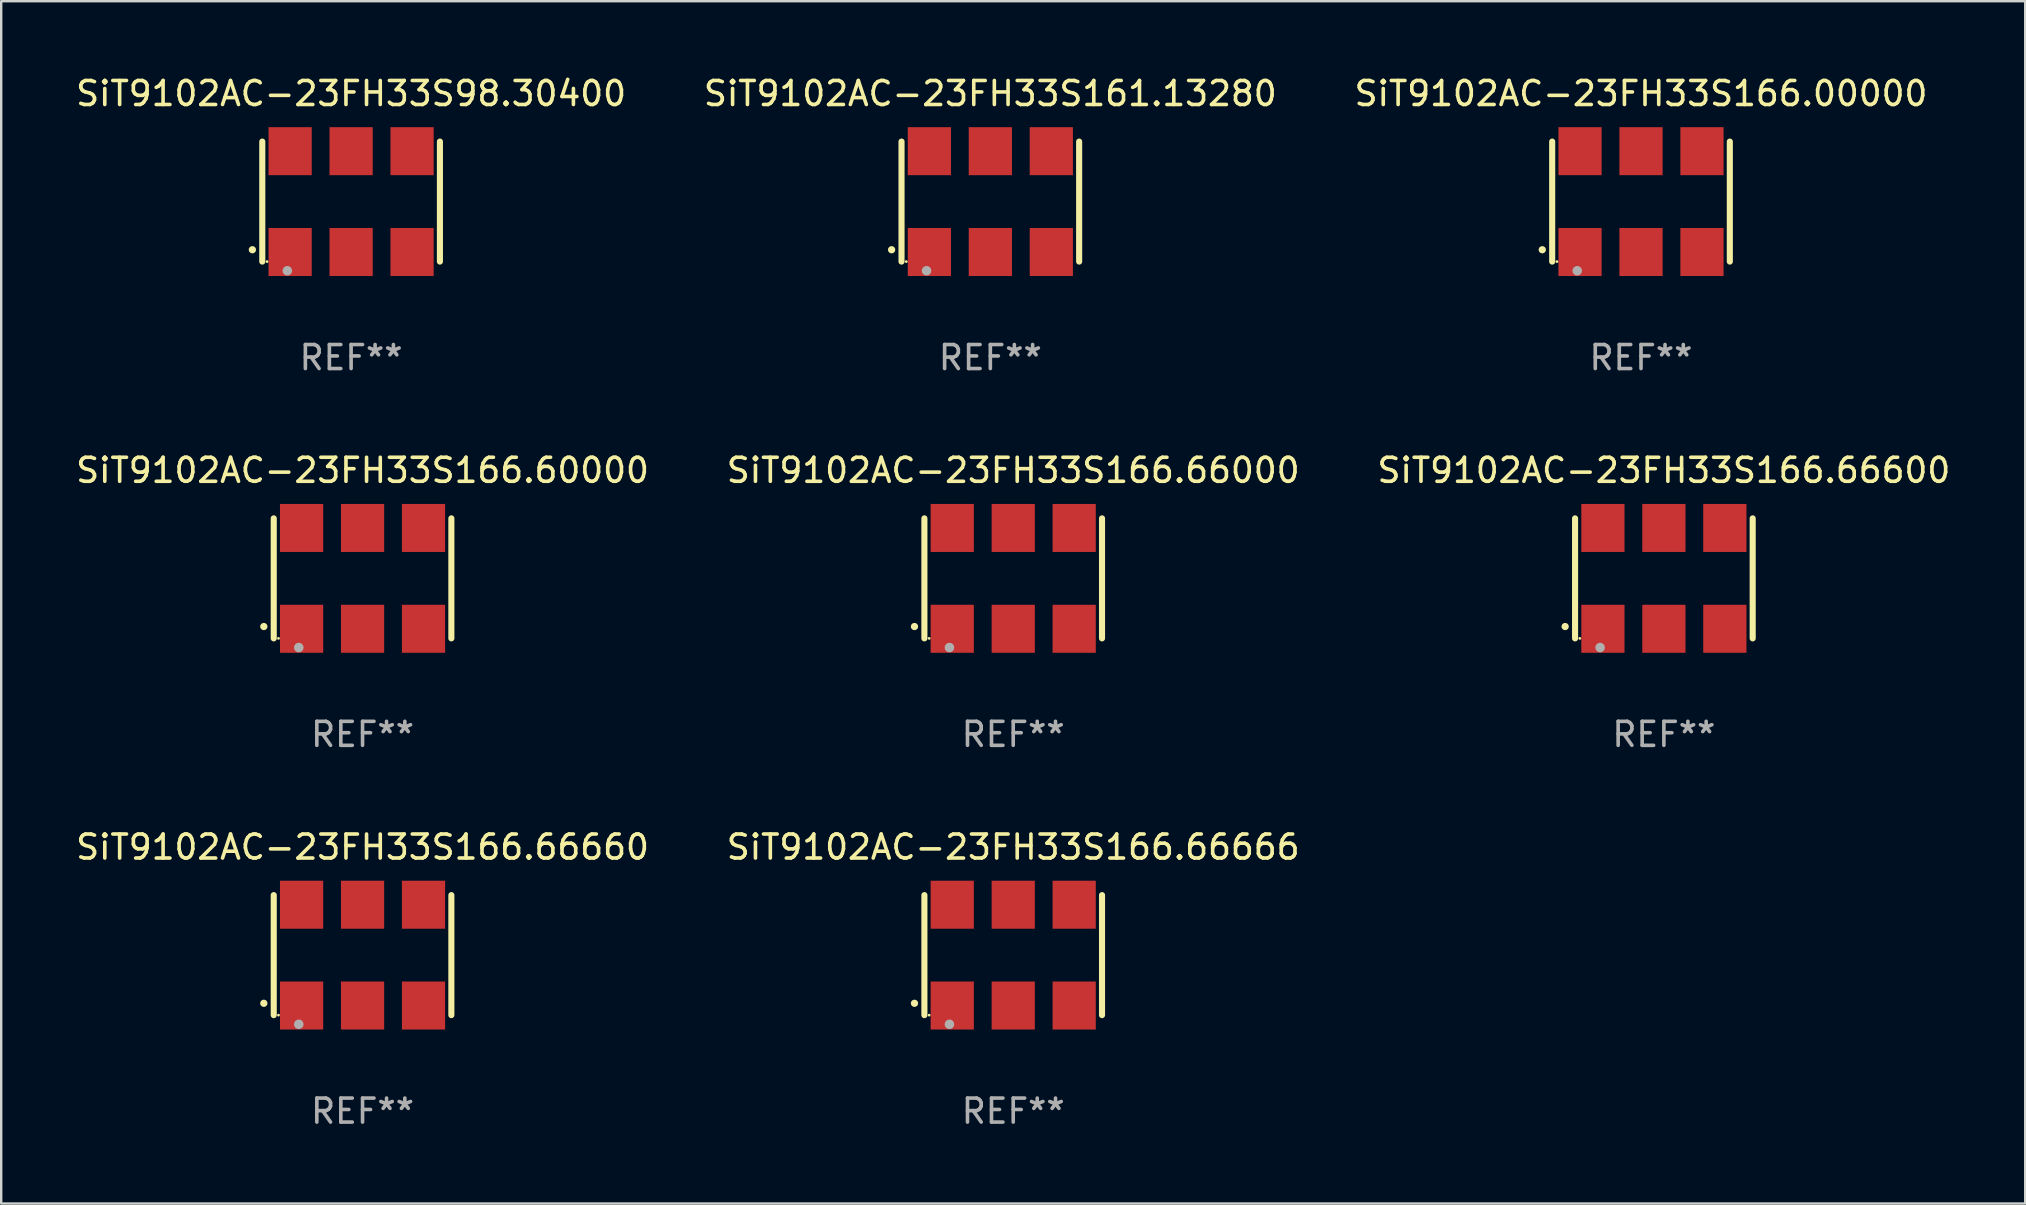
<source format=kicad_pcb>
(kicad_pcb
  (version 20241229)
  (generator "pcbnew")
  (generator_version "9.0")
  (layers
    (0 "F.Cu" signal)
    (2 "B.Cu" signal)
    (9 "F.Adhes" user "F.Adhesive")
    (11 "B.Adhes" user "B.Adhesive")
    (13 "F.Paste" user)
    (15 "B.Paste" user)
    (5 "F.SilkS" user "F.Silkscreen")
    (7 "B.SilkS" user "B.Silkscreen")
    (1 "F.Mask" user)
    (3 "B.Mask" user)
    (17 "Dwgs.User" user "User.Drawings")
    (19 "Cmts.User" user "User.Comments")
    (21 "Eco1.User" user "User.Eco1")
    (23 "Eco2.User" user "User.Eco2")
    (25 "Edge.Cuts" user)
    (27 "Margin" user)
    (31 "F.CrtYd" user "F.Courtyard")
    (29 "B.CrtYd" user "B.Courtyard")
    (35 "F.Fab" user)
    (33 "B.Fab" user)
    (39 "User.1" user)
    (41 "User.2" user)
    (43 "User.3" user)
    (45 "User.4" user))
  (footprint "SiT9102AC-23FH33S166.00000"
    (layer "F.Cu")
    (at 65.315 5.348)
    (property "Reference" "SiT9102AC-23FH33S166.00000" (at 0 -4.5 0) (layer "F.SilkS") (effects (font (size 1 1) (thickness 0.15))))
    (attr through_hole)
    (fp_line (start -3.7 -2.5) (end -3.7 2.5) (stroke (width 0.254) (type solid)) (layer "F.SilkS"))
    (fp_line (start 3.7 -2.5) (end 3.7 2.5) (stroke (width 0.254) (type solid)) (layer "F.SilkS"))
    (fp_arc (start -4.114415 2.006604) (mid -4.113145 2.006599) (end -4.111875 2.006604) (stroke (width 0.3) (type solid)) (layer "F.SilkS"))
    (fp_circle (center -3.502 2.5) (end -3.472 2.5) (stroke (width 0.06) (type solid)) (fill no) (layer "F.SilkS"))
    (fp_circle (center -2.657 2.882) (end -2.557 2.882) (stroke (width 0.2) (type solid)) (fill no) (layer "F.Fab"))
    (fp_text user "REF**" (at 0 6.5 0) (layer "F.Fab") (effects (font (size 1 1) (thickness 0.15))))
    (pad "1" smd rect (at -2.54 2.1) (size 1.8 2) (layers "F.Cu" "F.Mask" "F.Paste"))
    (pad "2" smd rect (at 0.000394 2.1) (size 1.8 2) (layers "F.Cu" "F.Mask" "F.Paste"))
    (pad "3" smd rect (at 2.54 2.1) (size 1.8 2) (layers "F.Cu" "F.Mask" "F.Paste"))
    (pad "4" smd rect (at 2.54 -2.1) (size 1.8 2) (layers "F.Cu" "F.Mask" "F.Paste"))
    (pad "5" smd rect (at 0.000394 -2.1) (size 1.8 2) (layers "F.Cu" "F.Mask" "F.Paste"))
    (pad "6" smd rect (at -2.54 -2.1) (size 1.8 2) (layers "F.Cu" "F.Mask" "F.Paste")))
  (footprint "SiT9102AC-23FH33S166.66600"
    (layer "F.Cu")
    (at 66.268 21.045)
    (property "Reference" "SiT9102AC-23FH33S166.66600" (at 0 -4.5 0) (layer "F.SilkS") (effects (font (size 1 1) (thickness 0.15))))
    (attr through_hole)
    (fp_line (start -3.7 -2.5) (end -3.7 2.5) (stroke (width 0.254) (type solid)) (layer "F.SilkS"))
    (fp_line (start 3.7 -2.5) (end 3.7 2.5) (stroke (width 0.254) (type solid)) (layer "F.SilkS"))
    (fp_arc (start -4.114415 2.006604) (mid -4.113145 2.006599) (end -4.111875 2.006604) (stroke (width 0.3) (type solid)) (layer "F.SilkS"))
    (fp_circle (center -3.502 2.5) (end -3.472 2.5) (stroke (width 0.06) (type solid)) (fill no) (layer "F.SilkS"))
    (fp_circle (center -2.657 2.882) (end -2.557 2.882) (stroke (width 0.2) (type solid)) (fill no) (layer "F.Fab"))
    (fp_text user "REF**" (at 0 6.5 0) (layer "F.Fab") (effects (font (size 1 1) (thickness 0.15))))
    (pad "1" smd rect (at -2.54 2.1) (size 1.8 2) (layers "F.Cu" "F.Mask" "F.Paste"))
    (pad "2" smd rect (at 0.000394 2.1) (size 1.8 2) (layers "F.Cu" "F.Mask" "F.Paste"))
    (pad "3" smd rect (at 2.54 2.1) (size 1.8 2) (layers "F.Cu" "F.Mask" "F.Paste"))
    (pad "4" smd rect (at 2.54 -2.1) (size 1.8 2) (layers "F.Cu" "F.Mask" "F.Paste"))
    (pad "5" smd rect (at 0.000394 -2.1) (size 1.8 2) (layers "F.Cu" "F.Mask" "F.Paste"))
    (pad "6" smd rect (at -2.54 -2.1) (size 1.8 2) (layers "F.Cu" "F.Mask" "F.Paste")))
  (footprint "SiT9102AC-23FH33S166.66660"
    (layer "F.Cu")
    (at 12.054 36.741)
    (property "Reference" "SiT9102AC-23FH33S166.66660" (at 0 -4.5 0) (layer "F.SilkS") (effects (font (size 1 1) (thickness 0.15))))
    (attr through_hole)
    (fp_line (start -3.7 -2.5) (end -3.7 2.5) (stroke (width 0.254) (type solid)) (layer "F.SilkS"))
    (fp_line (start 3.7 -2.5) (end 3.7 2.5) (stroke (width 0.254) (type solid)) (layer "F.SilkS"))
    (fp_arc (start -4.114415 2.006604) (mid -4.113145 2.006599) (end -4.111875 2.006604) (stroke (width 0.3) (type solid)) (layer "F.SilkS"))
    (fp_circle (center -3.502 2.5) (end -3.472 2.5) (stroke (width 0.06) (type solid)) (fill no) (layer "F.SilkS"))
    (fp_circle (center -2.657 2.882) (end -2.557 2.882) (stroke (width 0.2) (type solid)) (fill no) (layer "F.Fab"))
    (fp_text user "REF**" (at 0 6.5 0) (layer "F.Fab") (effects (font (size 1 1) (thickness 0.15))))
    (pad "1" smd rect (at -2.54 2.1) (size 1.8 2) (layers "F.Cu" "F.Mask" "F.Paste"))
    (pad "2" smd rect (at 0.000394 2.1) (size 1.8 2) (layers "F.Cu" "F.Mask" "F.Paste"))
    (pad "3" smd rect (at 2.54 2.1) (size 1.8 2) (layers "F.Cu" "F.Mask" "F.Paste"))
    (pad "4" smd rect (at 2.54 -2.1) (size 1.8 2) (layers "F.Cu" "F.Mask" "F.Paste"))
    (pad "5" smd rect (at 0.000394 -2.1) (size 1.8 2) (layers "F.Cu" "F.Mask" "F.Paste"))
    (pad "6" smd rect (at -2.54 -2.1) (size 1.8 2) (layers "F.Cu" "F.Mask" "F.Paste")))
  (footprint "SiT9102AC-23FH33S98.30400"
    (layer "F.Cu")
    (at 11.577 5.348)
    (property "Reference" "SiT9102AC-23FH33S98.30400" (at 0 -4.5 0) (layer "F.SilkS") (effects (font (size 1 1) (thickness 0.15))))
    (attr through_hole)
    (fp_line (start -3.7 -2.5) (end -3.7 2.5) (stroke (width 0.254) (type solid)) (layer "F.SilkS"))
    (fp_line (start 3.7 -2.5) (end 3.7 2.5) (stroke (width 0.254) (type solid)) (layer "F.SilkS"))
    (fp_arc (start -4.114415 2.006604) (mid -4.113145 2.006599) (end -4.111875 2.006604) (stroke (width 0.3) (type solid)) (layer "F.SilkS"))
    (fp_circle (center -3.502 2.5) (end -3.472 2.5) (stroke (width 0.06) (type solid)) (fill no) (layer "F.SilkS"))
    (fp_circle (center -2.657 2.882) (end -2.557 2.882) (stroke (width 0.2) (type solid)) (fill no) (layer "F.Fab"))
    (fp_text user "REF**" (at 0 6.5 0) (layer "F.Fab") (effects (font (size 1 1) (thickness 0.15))))
    (pad "1" smd rect (at -2.54 2.1) (size 1.8 2) (layers "F.Cu" "F.Mask" "F.Paste"))
    (pad "2" smd rect (at 0.000394 2.1) (size 1.8 2) (layers "F.Cu" "F.Mask" "F.Paste"))
    (pad "3" smd rect (at 2.54 2.1) (size 1.8 2) (layers "F.Cu" "F.Mask" "F.Paste"))
    (pad "4" smd rect (at 2.54 -2.1) (size 1.8 2) (layers "F.Cu" "F.Mask" "F.Paste"))
    (pad "5" smd rect (at 0.000394 -2.1) (size 1.8 2) (layers "F.Cu" "F.Mask" "F.Paste"))
    (pad "6" smd rect (at -2.54 -2.1) (size 1.8 2) (layers "F.Cu" "F.Mask" "F.Paste")))
  (footprint "SiT9102AC-23FH33S166.66000"
    (layer "F.Cu")
    (at 39.161 21.045)
    (property "Reference" "SiT9102AC-23FH33S166.66000" (at 0 -4.5 0) (layer "F.SilkS") (effects (font (size 1 1) (thickness 0.15))))
    (attr through_hole)
    (fp_line (start -3.7 -2.5) (end -3.7 2.5) (stroke (width 0.254) (type solid)) (layer "F.SilkS"))
    (fp_line (start 3.7 -2.5) (end 3.7 2.5) (stroke (width 0.254) (type solid)) (layer "F.SilkS"))
    (fp_arc (start -4.114415 2.006604) (mid -4.113145 2.006599) (end -4.111875 2.006604) (stroke (width 0.3) (type solid)) (layer "F.SilkS"))
    (fp_circle (center -3.502 2.5) (end -3.472 2.5) (stroke (width 0.06) (type solid)) (fill no) (layer "F.SilkS"))
    (fp_circle (center -2.657 2.882) (end -2.557 2.882) (stroke (width 0.2) (type solid)) (fill no) (layer "F.Fab"))
    (fp_text user "REF**" (at 0 6.5 0) (layer "F.Fab") (effects (font (size 1 1) (thickness 0.15))))
    (pad "1" smd rect (at -2.54 2.1) (size 1.8 2) (layers "F.Cu" "F.Mask" "F.Paste"))
    (pad "2" smd rect (at 0.000394 2.1) (size 1.8 2) (layers "F.Cu" "F.Mask" "F.Paste"))
    (pad "3" smd rect (at 2.54 2.1) (size 1.8 2) (layers "F.Cu" "F.Mask" "F.Paste"))
    (pad "4" smd rect (at 2.54 -2.1) (size 1.8 2) (layers "F.Cu" "F.Mask" "F.Paste"))
    (pad "5" smd rect (at 0.000394 -2.1) (size 1.8 2) (layers "F.Cu" "F.Mask" "F.Paste"))
    (pad "6" smd rect (at -2.54 -2.1) (size 1.8 2) (layers "F.Cu" "F.Mask" "F.Paste")))
  (footprint "SiT9102AC-23FH33S166.66666"
    (layer "F.Cu")
    (at 39.161 36.741)
    (property "Reference" "SiT9102AC-23FH33S166.66666" (at 0 -4.5 0) (layer "F.SilkS") (effects (font (size 1 1) (thickness 0.15))))
    (attr through_hole)
    (fp_line (start -3.7 -2.5) (end -3.7 2.5) (stroke (width 0.254) (type solid)) (layer "F.SilkS"))
    (fp_line (start 3.7 -2.5) (end 3.7 2.5) (stroke (width 0.254) (type solid)) (layer "F.SilkS"))
    (fp_arc (start -4.114415 2.006604) (mid -4.113145 2.006599) (end -4.111875 2.006604) (stroke (width 0.3) (type solid)) (layer "F.SilkS"))
    (fp_circle (center -3.502 2.5) (end -3.472 2.5) (stroke (width 0.06) (type solid)) (fill no) (layer "F.SilkS"))
    (fp_circle (center -2.657 2.882) (end -2.557 2.882) (stroke (width 0.2) (type solid)) (fill no) (layer "F.Fab"))
    (fp_text user "REF**" (at 0 6.5 0) (layer "F.Fab") (effects (font (size 1 1) (thickness 0.15))))
    (pad "1" smd rect (at -2.54 2.1) (size 1.8 2) (layers "F.Cu" "F.Mask" "F.Paste"))
    (pad "2" smd rect (at 0.000394 2.1) (size 1.8 2) (layers "F.Cu" "F.Mask" "F.Paste"))
    (pad "3" smd rect (at 2.54 2.1) (size 1.8 2) (layers "F.Cu" "F.Mask" "F.Paste"))
    (pad "4" smd rect (at 2.54 -2.1) (size 1.8 2) (layers "F.Cu" "F.Mask" "F.Paste"))
    (pad "5" smd rect (at 0.000394 -2.1) (size 1.8 2) (layers "F.Cu" "F.Mask" "F.Paste"))
    (pad "6" smd rect (at -2.54 -2.1) (size 1.8 2) (layers "F.Cu" "F.Mask" "F.Paste")))
  (footprint "SiT9102AC-23FH33S166.60000"
    (layer "F.Cu")
    (at 12.054 21.045)
    (property "Reference" "SiT9102AC-23FH33S166.60000" (at 0 -4.5 0) (layer "F.SilkS") (effects (font (size 1 1) (thickness 0.15))))
    (attr through_hole)
    (fp_line (start -3.7 -2.5) (end -3.7 2.5) (stroke (width 0.254) (type solid)) (layer "F.SilkS"))
    (fp_line (start 3.7 -2.5) (end 3.7 2.5) (stroke (width 0.254) (type solid)) (layer "F.SilkS"))
    (fp_arc (start -4.114415 2.006604) (mid -4.113145 2.006599) (end -4.111875 2.006604) (stroke (width 0.3) (type solid)) (layer "F.SilkS"))
    (fp_circle (center -3.502 2.5) (end -3.472 2.5) (stroke (width 0.06) (type solid)) (fill no) (layer "F.SilkS"))
    (fp_circle (center -2.657 2.882) (end -2.557 2.882) (stroke (width 0.2) (type solid)) (fill no) (layer "F.Fab"))
    (fp_text user "REF**" (at 0 6.5 0) (layer "F.Fab") (effects (font (size 1 1) (thickness 0.15))))
    (pad "1" smd rect (at -2.54 2.1) (size 1.8 2) (layers "F.Cu" "F.Mask" "F.Paste"))
    (pad "2" smd rect (at 0.000394 2.1) (size 1.8 2) (layers "F.Cu" "F.Mask" "F.Paste"))
    (pad "3" smd rect (at 2.54 2.1) (size 1.8 2) (layers "F.Cu" "F.Mask" "F.Paste"))
    (pad "4" smd rect (at 2.54 -2.1) (size 1.8 2) (layers "F.Cu" "F.Mask" "F.Paste"))
    (pad "5" smd rect (at 0.000394 -2.1) (size 1.8 2) (layers "F.Cu" "F.Mask" "F.Paste"))
    (pad "6" smd rect (at -2.54 -2.1) (size 1.8 2) (layers "F.Cu" "F.Mask" "F.Paste")))
  (footprint "SiT9102AC-23FH33S161.13280"
    (layer "F.Cu")
    (at 38.208 5.348)
    (property "Reference" "SiT9102AC-23FH33S161.13280" (at 0 -4.5 0) (layer "F.SilkS") (effects (font (size 1 1) (thickness 0.15))))
    (attr through_hole)
    (fp_line (start -3.7 -2.5) (end -3.7 2.5) (stroke (width 0.254) (type solid)) (layer "F.SilkS"))
    (fp_line (start 3.7 -2.5) (end 3.7 2.5) (stroke (width 0.254) (type solid)) (layer "F.SilkS"))
    (fp_arc (start -4.114415 2.006604) (mid -4.113145 2.006599) (end -4.111875 2.006604) (stroke (width 0.3) (type solid)) (layer "F.SilkS"))
    (fp_circle (center -3.502 2.5) (end -3.472 2.5) (stroke (width 0.06) (type solid)) (fill no) (layer "F.SilkS"))
    (fp_circle (center -2.657 2.882) (end -2.557 2.882) (stroke (width 0.2) (type solid)) (fill no) (layer "F.Fab"))
    (fp_text user "REF**" (at 0 6.5 0) (layer "F.Fab") (effects (font (size 1 1) (thickness 0.15))))
    (pad "1" smd rect (at -2.54 2.1) (size 1.8 2) (layers "F.Cu" "F.Mask" "F.Paste"))
    (pad "2" smd rect (at 0.000394 2.1) (size 1.8 2) (layers "F.Cu" "F.Mask" "F.Paste"))
    (pad "3" smd rect (at 2.54 2.1) (size 1.8 2) (layers "F.Cu" "F.Mask" "F.Paste"))
    (pad "4" smd rect (at 2.54 -2.1) (size 1.8 2) (layers "F.Cu" "F.Mask" "F.Paste"))
    (pad "5" smd rect (at 0.000394 -2.1) (size 1.8 2) (layers "F.Cu" "F.Mask" "F.Paste"))
    (pad "6" smd rect (at -2.54 -2.1) (size 1.8 2) (layers "F.Cu" "F.Mask" "F.Paste")))
  (gr_rect
    (start -3 -3)
    (end 81.321 47.09)
    (stroke (width 0.1) (type default))
    (fill no)
    (layer "Edge.Cuts")))
</source>
